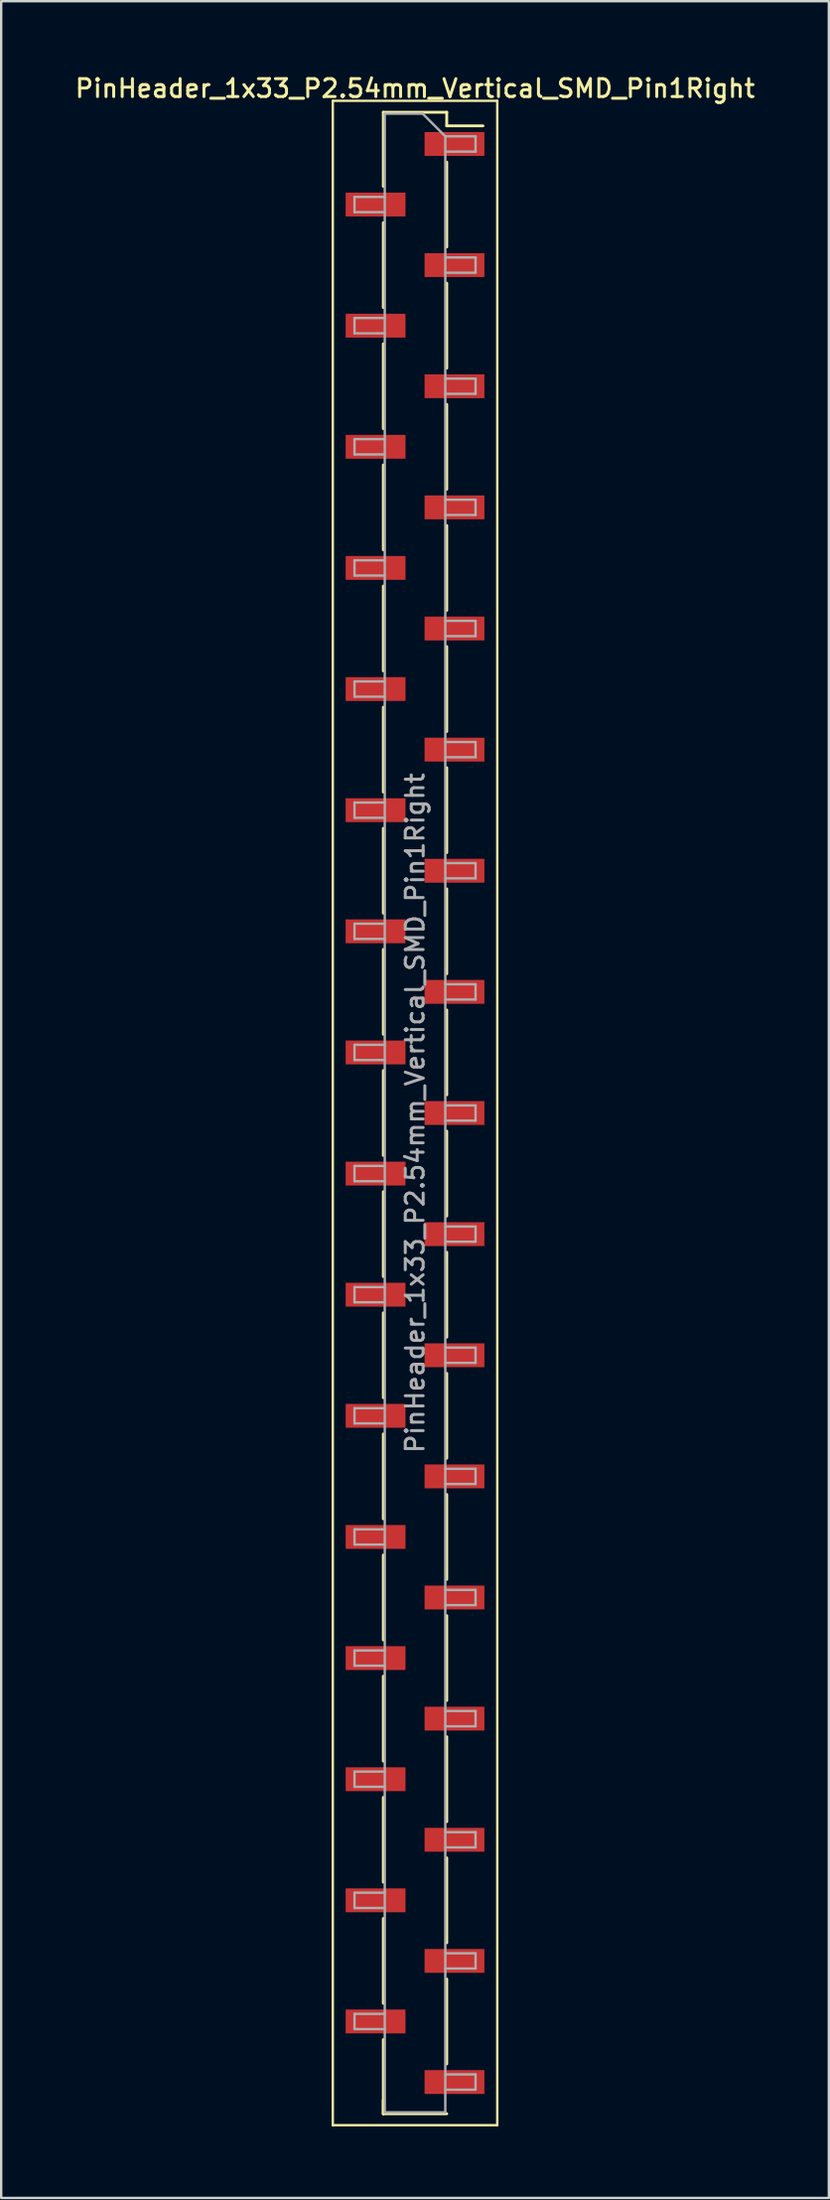
<source format=kicad_pcb>
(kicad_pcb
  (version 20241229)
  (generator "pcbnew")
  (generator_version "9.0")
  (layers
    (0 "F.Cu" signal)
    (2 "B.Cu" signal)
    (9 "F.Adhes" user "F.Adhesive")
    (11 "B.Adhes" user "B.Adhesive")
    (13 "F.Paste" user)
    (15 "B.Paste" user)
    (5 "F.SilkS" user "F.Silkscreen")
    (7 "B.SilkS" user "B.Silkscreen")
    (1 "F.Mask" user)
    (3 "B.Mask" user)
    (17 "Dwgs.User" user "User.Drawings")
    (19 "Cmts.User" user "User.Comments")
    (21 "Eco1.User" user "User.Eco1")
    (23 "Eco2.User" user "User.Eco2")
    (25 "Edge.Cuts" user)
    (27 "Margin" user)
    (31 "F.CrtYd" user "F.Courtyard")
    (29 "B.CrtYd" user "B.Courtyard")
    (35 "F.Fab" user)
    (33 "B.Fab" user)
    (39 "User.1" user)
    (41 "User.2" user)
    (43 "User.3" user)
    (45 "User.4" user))
  (footprint "PinHeader_1x33_P2.54mm_Vertical_SMD_Pin1Right"
    (layer "F.Cu")
    (at 14.363 43.628)
    (property "Reference" "PinHeader_1x33_P2.54mm_Vertical_SMD_Pin1Right" (at 0 -42.97 0) (layer "F.SilkS") (effects (font (size 0.75 0.75) (thickness 0.125))))
    (attr smd)
    (fp_line (start -3.45 -42.45) (end -3.45 42.45) (stroke (width 0.1) (type solid)) (layer "F.SilkS"))
    (fp_line (start -3.45 42.45) (end 3.45 42.45) (stroke (width 0.1) (type solid)) (layer "F.SilkS"))
    (fp_line (start -1.33 -41.97) (end -1.33 -38.86) (stroke (width 0.12) (type solid)) (layer "F.SilkS"))
    (fp_line (start -1.33 -41.97) (end 1.33 -41.97) (stroke (width 0.12) (type solid)) (layer "F.SilkS"))
    (fp_line (start -1.33 -37.34) (end -1.33 -33.78) (stroke (width 0.12) (type solid)) (layer "F.SilkS"))
    (fp_line (start -1.33 -32.26) (end -1.33 -28.7) (stroke (width 0.12) (type solid)) (layer "F.SilkS"))
    (fp_line (start -1.33 -27.18) (end -1.33 -23.62) (stroke (width 0.12) (type solid)) (layer "F.SilkS"))
    (fp_line (start -1.33 -22.1) (end -1.33 -18.54) (stroke (width 0.12) (type solid)) (layer "F.SilkS"))
    (fp_line (start -1.33 -17.02) (end -1.33 -13.46) (stroke (width 0.12) (type solid)) (layer "F.SilkS"))
    (fp_line (start -1.33 -11.94) (end -1.33 -8.38) (stroke (width 0.12) (type solid)) (layer "F.SilkS"))
    (fp_line (start -1.33 -6.86) (end -1.33 -3.3) (stroke (width 0.12) (type solid)) (layer "F.SilkS"))
    (fp_line (start -1.33 -1.78) (end -1.33 1.78) (stroke (width 0.12) (type solid)) (layer "F.SilkS"))
    (fp_line (start -1.33 3.3) (end -1.33 6.86) (stroke (width 0.12) (type solid)) (layer "F.SilkS"))
    (fp_line (start -1.33 8.38) (end -1.33 11.94) (stroke (width 0.12) (type solid)) (layer "F.SilkS"))
    (fp_line (start -1.33 13.46) (end -1.33 17.02) (stroke (width 0.12) (type solid)) (layer "F.SilkS"))
    (fp_line (start -1.33 18.54) (end -1.33 22.1) (stroke (width 0.12) (type solid)) (layer "F.SilkS"))
    (fp_line (start -1.33 23.62) (end -1.33 27.18) (stroke (width 0.12) (type solid)) (layer "F.SilkS"))
    (fp_line (start -1.33 28.7) (end -1.33 32.26) (stroke (width 0.12) (type solid)) (layer "F.SilkS"))
    (fp_line (start -1.33 33.78) (end -1.33 37.34) (stroke (width 0.12) (type solid)) (layer "F.SilkS"))
    (fp_line (start -1.33 38.86) (end -1.33 41.97) (stroke (width 0.12) (type solid)) (layer "F.SilkS"))
    (fp_line (start -1.33 41.4) (end -1.33 41.97) (stroke (width 0.12) (type solid)) (layer "F.SilkS"))
    (fp_line (start -1.33 41.97) (end 1.33 41.97) (stroke (width 0.12) (type solid)) (layer "F.SilkS"))
    (fp_line (start 1.33 -41.97) (end 1.33 -41.4) (stroke (width 0.12) (type solid)) (layer "F.SilkS"))
    (fp_line (start 1.33 -41.4) (end 2.85 -41.4) (stroke (width 0.12) (type solid)) (layer "F.SilkS"))
    (fp_line (start 1.33 -39.88) (end 1.33 -36.32) (stroke (width 0.12) (type solid)) (layer "F.SilkS"))
    (fp_line (start 1.33 -34.8) (end 1.33 -31.24) (stroke (width 0.12) (type solid)) (layer "F.SilkS"))
    (fp_line (start 1.33 -29.72) (end 1.33 -26.16) (stroke (width 0.12) (type solid)) (layer "F.SilkS"))
    (fp_line (start 1.33 -24.64) (end 1.33 -21.08) (stroke (width 0.12) (type solid)) (layer "F.SilkS"))
    (fp_line (start 1.33 -19.56) (end 1.33 -16) (stroke (width 0.12) (type solid)) (layer "F.SilkS"))
    (fp_line (start 1.33 -14.48) (end 1.33 -10.92) (stroke (width 0.12) (type solid)) (layer "F.SilkS"))
    (fp_line (start 1.33 -9.4) (end 1.33 -5.84) (stroke (width 0.12) (type solid)) (layer "F.SilkS"))
    (fp_line (start 1.33 -4.32) (end 1.33 -0.76) (stroke (width 0.12) (type solid)) (layer "F.SilkS"))
    (fp_line (start 1.33 0.76) (end 1.33 4.32) (stroke (width 0.12) (type solid)) (layer "F.SilkS"))
    (fp_line (start 1.33 5.84) (end 1.33 9.4) (stroke (width 0.12) (type solid)) (layer "F.SilkS"))
    (fp_line (start 1.33 10.92) (end 1.33 14.48) (stroke (width 0.12) (type solid)) (layer "F.SilkS"))
    (fp_line (start 1.33 16) (end 1.33 19.56) (stroke (width 0.12) (type solid)) (layer "F.SilkS"))
    (fp_line (start 1.33 21.08) (end 1.33 24.64) (stroke (width 0.12) (type solid)) (layer "F.SilkS"))
    (fp_line (start 1.33 26.16) (end 1.33 29.72) (stroke (width 0.12) (type solid)) (layer "F.SilkS"))
    (fp_line (start 1.33 31.24) (end 1.33 34.8) (stroke (width 0.12) (type solid)) (layer "F.SilkS"))
    (fp_line (start 1.33 36.32) (end 1.33 39.88) (stroke (width 0.12) (type solid)) (layer "F.SilkS"))
    (fp_line (start 3.45 -42.45) (end -3.45 -42.45) (stroke (width 0.1) (type solid)) (layer "F.SilkS"))
    (fp_line (start 3.45 42.45) (end 3.45 -42.45) (stroke (width 0.1) (type solid)) (layer "F.SilkS"))
    (fp_line (start -2.54 -38.42) (end -2.54 -37.78) (stroke (width 0.1) (type solid)) (layer "F.Fab"))
    (fp_line (start -2.54 -37.78) (end -1.27 -37.78) (stroke (width 0.1) (type solid)) (layer "F.Fab"))
    (fp_line (start -2.54 -33.34) (end -2.54 -32.7) (stroke (width 0.1) (type solid)) (layer "F.Fab"))
    (fp_line (start -2.54 -32.7) (end -1.27 -32.7) (stroke (width 0.1) (type solid)) (layer "F.Fab"))
    (fp_line (start -2.54 -28.26) (end -2.54 -27.62) (stroke (width 0.1) (type solid)) (layer "F.Fab"))
    (fp_line (start -2.54 -27.62) (end -1.27 -27.62) (stroke (width 0.1) (type solid)) (layer "F.Fab"))
    (fp_line (start -2.54 -23.18) (end -2.54 -22.54) (stroke (width 0.1) (type solid)) (layer "F.Fab"))
    (fp_line (start -2.54 -22.54) (end -1.27 -22.54) (stroke (width 0.1) (type solid)) (layer "F.Fab"))
    (fp_line (start -2.54 -18.1) (end -2.54 -17.46) (stroke (width 0.1) (type solid)) (layer "F.Fab"))
    (fp_line (start -2.54 -17.46) (end -1.27 -17.46) (stroke (width 0.1) (type solid)) (layer "F.Fab"))
    (fp_line (start -2.54 -13.02) (end -2.54 -12.38) (stroke (width 0.1) (type solid)) (layer "F.Fab"))
    (fp_line (start -2.54 -12.38) (end -1.27 -12.38) (stroke (width 0.1) (type solid)) (layer "F.Fab"))
    (fp_line (start -2.54 -7.94) (end -2.54 -7.3) (stroke (width 0.1) (type solid)) (layer "F.Fab"))
    (fp_line (start -2.54 -7.3) (end -1.27 -7.3) (stroke (width 0.1) (type solid)) (layer "F.Fab"))
    (fp_line (start -2.54 -2.86) (end -2.54 -2.22) (stroke (width 0.1) (type solid)) (layer "F.Fab"))
    (fp_line (start -2.54 -2.22) (end -1.27 -2.22) (stroke (width 0.1) (type solid)) (layer "F.Fab"))
    (fp_line (start -2.54 2.22) (end -2.54 2.86) (stroke (width 0.1) (type solid)) (layer "F.Fab"))
    (fp_line (start -2.54 2.86) (end -1.27 2.86) (stroke (width 0.1) (type solid)) (layer "F.Fab"))
    (fp_line (start -2.54 7.3) (end -2.54 7.94) (stroke (width 0.1) (type solid)) (layer "F.Fab"))
    (fp_line (start -2.54 7.94) (end -1.27 7.94) (stroke (width 0.1) (type solid)) (layer "F.Fab"))
    (fp_line (start -2.54 12.38) (end -2.54 13.02) (stroke (width 0.1) (type solid)) (layer "F.Fab"))
    (fp_line (start -2.54 13.02) (end -1.27 13.02) (stroke (width 0.1) (type solid)) (layer "F.Fab"))
    (fp_line (start -2.54 17.46) (end -2.54 18.1) (stroke (width 0.1) (type solid)) (layer "F.Fab"))
    (fp_line (start -2.54 18.1) (end -1.27 18.1) (stroke (width 0.1) (type solid)) (layer "F.Fab"))
    (fp_line (start -2.54 22.54) (end -2.54 23.18) (stroke (width 0.1) (type solid)) (layer "F.Fab"))
    (fp_line (start -2.54 23.18) (end -1.27 23.18) (stroke (width 0.1) (type solid)) (layer "F.Fab"))
    (fp_line (start -2.54 27.62) (end -2.54 28.26) (stroke (width 0.1) (type solid)) (layer "F.Fab"))
    (fp_line (start -2.54 28.26) (end -1.27 28.26) (stroke (width 0.1) (type solid)) (layer "F.Fab"))
    (fp_line (start -2.54 32.7) (end -2.54 33.34) (stroke (width 0.1) (type solid)) (layer "F.Fab"))
    (fp_line (start -2.54 33.34) (end -1.27 33.34) (stroke (width 0.1) (type solid)) (layer "F.Fab"))
    (fp_line (start -2.54 37.78) (end -2.54 38.42) (stroke (width 0.1) (type solid)) (layer "F.Fab"))
    (fp_line (start -2.54 38.42) (end -1.27 38.42) (stroke (width 0.1) (type solid)) (layer "F.Fab"))
    (fp_line (start -1.27 -41.91) (end -1.27 41.91) (stroke (width 0.1) (type solid)) (layer "F.Fab"))
    (fp_line (start -1.27 -41.91) (end 0.32 -41.91) (stroke (width 0.1) (type solid)) (layer "F.Fab"))
    (fp_line (start -1.27 -38.42) (end -2.54 -38.42) (stroke (width 0.1) (type solid)) (layer "F.Fab"))
    (fp_line (start -1.27 -33.34) (end -2.54 -33.34) (stroke (width 0.1) (type solid)) (layer "F.Fab"))
    (fp_line (start -1.27 -28.26) (end -2.54 -28.26) (stroke (width 0.1) (type solid)) (layer "F.Fab"))
    (fp_line (start -1.27 -23.18) (end -2.54 -23.18) (stroke (width 0.1) (type solid)) (layer "F.Fab"))
    (fp_line (start -1.27 -18.1) (end -2.54 -18.1) (stroke (width 0.1) (type solid)) (layer "F.Fab"))
    (fp_line (start -1.27 -13.02) (end -2.54 -13.02) (stroke (width 0.1) (type solid)) (layer "F.Fab"))
    (fp_line (start -1.27 -7.94) (end -2.54 -7.94) (stroke (width 0.1) (type solid)) (layer "F.Fab"))
    (fp_line (start -1.27 -2.86) (end -2.54 -2.86) (stroke (width 0.1) (type solid)) (layer "F.Fab"))
    (fp_line (start -1.27 2.22) (end -2.54 2.22) (stroke (width 0.1) (type solid)) (layer "F.Fab"))
    (fp_line (start -1.27 7.3) (end -2.54 7.3) (stroke (width 0.1) (type solid)) (layer "F.Fab"))
    (fp_line (start -1.27 12.38) (end -2.54 12.38) (stroke (width 0.1) (type solid)) (layer "F.Fab"))
    (fp_line (start -1.27 17.46) (end -2.54 17.46) (stroke (width 0.1) (type solid)) (layer "F.Fab"))
    (fp_line (start -1.27 22.54) (end -2.54 22.54) (stroke (width 0.1) (type solid)) (layer "F.Fab"))
    (fp_line (start -1.27 27.62) (end -2.54 27.62) (stroke (width 0.1) (type solid)) (layer "F.Fab"))
    (fp_line (start -1.27 32.7) (end -2.54 32.7) (stroke (width 0.1) (type solid)) (layer "F.Fab"))
    (fp_line (start -1.27 37.78) (end -2.54 37.78) (stroke (width 0.1) (type solid)) (layer "F.Fab"))
    (fp_line (start 1.27 -40.96) (end 0.32 -41.91) (stroke (width 0.1) (type solid)) (layer "F.Fab"))
    (fp_line (start 1.27 -40.96) (end 2.54 -40.96) (stroke (width 0.1) (type solid)) (layer "F.Fab"))
    (fp_line (start 1.27 -35.88) (end 2.54 -35.88) (stroke (width 0.1) (type solid)) (layer "F.Fab"))
    (fp_line (start 1.27 -30.8) (end 2.54 -30.8) (stroke (width 0.1) (type solid)) (layer "F.Fab"))
    (fp_line (start 1.27 -25.72) (end 2.54 -25.72) (stroke (width 0.1) (type solid)) (layer "F.Fab"))
    (fp_line (start 1.27 -20.64) (end 2.54 -20.64) (stroke (width 0.1) (type solid)) (layer "F.Fab"))
    (fp_line (start 1.27 -15.56) (end 2.54 -15.56) (stroke (width 0.1) (type solid)) (layer "F.Fab"))
    (fp_line (start 1.27 -10.48) (end 2.54 -10.48) (stroke (width 0.1) (type solid)) (layer "F.Fab"))
    (fp_line (start 1.27 -5.4) (end 2.54 -5.4) (stroke (width 0.1) (type solid)) (layer "F.Fab"))
    (fp_line (start 1.27 -0.32) (end 2.54 -0.32) (stroke (width 0.1) (type solid)) (layer "F.Fab"))
    (fp_line (start 1.27 4.76) (end 2.54 4.76) (stroke (width 0.1) (type solid)) (layer "F.Fab"))
    (fp_line (start 1.27 9.84) (end 2.54 9.84) (stroke (width 0.1) (type solid)) (layer "F.Fab"))
    (fp_line (start 1.27 14.92) (end 2.54 14.92) (stroke (width 0.1) (type solid)) (layer "F.Fab"))
    (fp_line (start 1.27 20) (end 2.54 20) (stroke (width 0.1) (type solid)) (layer "F.Fab"))
    (fp_line (start 1.27 25.08) (end 2.54 25.08) (stroke (width 0.1) (type solid)) (layer "F.Fab"))
    (fp_line (start 1.27 30.16) (end 2.54 30.16) (stroke (width 0.1) (type solid)) (layer "F.Fab"))
    (fp_line (start 1.27 35.24) (end 2.54 35.24) (stroke (width 0.1) (type solid)) (layer "F.Fab"))
    (fp_line (start 1.27 40.32) (end 2.54 40.32) (stroke (width 0.1) (type solid)) (layer "F.Fab"))
    (fp_line (start 1.27 41.91) (end -1.27 41.91) (stroke (width 0.1) (type solid)) (layer "F.Fab"))
    (fp_line (start 1.27 41.91) (end 1.27 -40.96) (stroke (width 0.1) (type solid)) (layer "F.Fab"))
    (fp_line (start 2.54 -40.96) (end 2.54 -40.32) (stroke (width 0.1) (type solid)) (layer "F.Fab"))
    (fp_line (start 2.54 -40.32) (end 1.27 -40.32) (stroke (width 0.1) (type solid)) (layer "F.Fab"))
    (fp_line (start 2.54 -35.88) (end 2.54 -35.24) (stroke (width 0.1) (type solid)) (layer "F.Fab"))
    (fp_line (start 2.54 -35.24) (end 1.27 -35.24) (stroke (width 0.1) (type solid)) (layer "F.Fab"))
    (fp_line (start 2.54 -30.8) (end 2.54 -30.16) (stroke (width 0.1) (type solid)) (layer "F.Fab"))
    (fp_line (start 2.54 -30.16) (end 1.27 -30.16) (stroke (width 0.1) (type solid)) (layer "F.Fab"))
    (fp_line (start 2.54 -25.72) (end 2.54 -25.08) (stroke (width 0.1) (type solid)) (layer "F.Fab"))
    (fp_line (start 2.54 -25.08) (end 1.27 -25.08) (stroke (width 0.1) (type solid)) (layer "F.Fab"))
    (fp_line (start 2.54 -20.64) (end 2.54 -20) (stroke (width 0.1) (type solid)) (layer "F.Fab"))
    (fp_line (start 2.54 -20) (end 1.27 -20) (stroke (width 0.1) (type solid)) (layer "F.Fab"))
    (fp_line (start 2.54 -15.56) (end 2.54 -14.92) (stroke (width 0.1) (type solid)) (layer "F.Fab"))
    (fp_line (start 2.54 -14.92) (end 1.27 -14.92) (stroke (width 0.1) (type solid)) (layer "F.Fab"))
    (fp_line (start 2.54 -10.48) (end 2.54 -9.84) (stroke (width 0.1) (type solid)) (layer "F.Fab"))
    (fp_line (start 2.54 -9.84) (end 1.27 -9.84) (stroke (width 0.1) (type solid)) (layer "F.Fab"))
    (fp_line (start 2.54 -5.4) (end 2.54 -4.76) (stroke (width 0.1) (type solid)) (layer "F.Fab"))
    (fp_line (start 2.54 -4.76) (end 1.27 -4.76) (stroke (width 0.1) (type solid)) (layer "F.Fab"))
    (fp_line (start 2.54 -0.32) (end 2.54 0.32) (stroke (width 0.1) (type solid)) (layer "F.Fab"))
    (fp_line (start 2.54 0.32) (end 1.27 0.32) (stroke (width 0.1) (type solid)) (layer "F.Fab"))
    (fp_line (start 2.54 4.76) (end 2.54 5.4) (stroke (width 0.1) (type solid)) (layer "F.Fab"))
    (fp_line (start 2.54 5.4) (end 1.27 5.4) (stroke (width 0.1) (type solid)) (layer "F.Fab"))
    (fp_line (start 2.54 9.84) (end 2.54 10.48) (stroke (width 0.1) (type solid)) (layer "F.Fab"))
    (fp_line (start 2.54 10.48) (end 1.27 10.48) (stroke (width 0.1) (type solid)) (layer "F.Fab"))
    (fp_line (start 2.54 14.92) (end 2.54 15.56) (stroke (width 0.1) (type solid)) (layer "F.Fab"))
    (fp_line (start 2.54 15.56) (end 1.27 15.56) (stroke (width 0.1) (type solid)) (layer "F.Fab"))
    (fp_line (start 2.54 20) (end 2.54 20.64) (stroke (width 0.1) (type solid)) (layer "F.Fab"))
    (fp_line (start 2.54 20.64) (end 1.27 20.64) (stroke (width 0.1) (type solid)) (layer "F.Fab"))
    (fp_line (start 2.54 25.08) (end 2.54 25.72) (stroke (width 0.1) (type solid)) (layer "F.Fab"))
    (fp_line (start 2.54 25.72) (end 1.27 25.72) (stroke (width 0.1) (type solid)) (layer "F.Fab"))
    (fp_line (start 2.54 30.16) (end 2.54 30.8) (stroke (width 0.1) (type solid)) (layer "F.Fab"))
    (fp_line (start 2.54 30.8) (end 1.27 30.8) (stroke (width 0.1) (type solid)) (layer "F.Fab"))
    (fp_line (start 2.54 35.24) (end 2.54 35.88) (stroke (width 0.1) (type solid)) (layer "F.Fab"))
    (fp_line (start 2.54 35.88) (end 1.27 35.88) (stroke (width 0.1) (type solid)) (layer "F.Fab"))
    (fp_line (start 2.54 40.32) (end 2.54 40.96) (stroke (width 0.1) (type solid)) (layer "F.Fab"))
    (fp_line (start 2.54 40.96) (end 1.27 40.96) (stroke (width 0.1) (type solid)) (layer "F.Fab"))
    (fp_text user "${REFERENCE}" (at 0 0 90) (layer "F.Fab") (effects (font (size 0.75 0.75) (thickness 0.125))))
    (pad "1" smd rect (at 1.655 -40.64) (size 2.51 1) (layers "F.Cu" "F.Mask" "F.Paste"))
    (pad "2" smd rect (at -1.655 -38.1) (size 2.51 1) (layers "F.Cu" "F.Mask" "F.Paste"))
    (pad "3" smd rect (at 1.655 -35.56) (size 2.51 1) (layers "F.Cu" "F.Mask" "F.Paste"))
    (pad "4" smd rect (at -1.655 -33.02) (size 2.51 1) (layers "F.Cu" "F.Mask" "F.Paste"))
    (pad "5" smd rect (at 1.655 -30.48) (size 2.51 1) (layers "F.Cu" "F.Mask" "F.Paste"))
    (pad "6" smd rect (at -1.655 -27.94) (size 2.51 1) (layers "F.Cu" "F.Mask" "F.Paste"))
    (pad "7" smd rect (at 1.655 -25.4) (size 2.51 1) (layers "F.Cu" "F.Mask" "F.Paste"))
    (pad "8" smd rect (at -1.655 -22.86) (size 2.51 1) (layers "F.Cu" "F.Mask" "F.Paste"))
    (pad "9" smd rect (at 1.655 -20.32) (size 2.51 1) (layers "F.Cu" "F.Mask" "F.Paste"))
    (pad "10" smd rect (at -1.655 -17.78) (size 2.51 1) (layers "F.Cu" "F.Mask" "F.Paste"))
    (pad "11" smd rect (at 1.655 -15.24) (size 2.51 1) (layers "F.Cu" "F.Mask" "F.Paste"))
    (pad "12" smd rect (at -1.655 -12.7) (size 2.51 1) (layers "F.Cu" "F.Mask" "F.Paste"))
    (pad "13" smd rect (at 1.655 -10.16) (size 2.51 1) (layers "F.Cu" "F.Mask" "F.Paste"))
    (pad "14" smd rect (at -1.655 -7.62) (size 2.51 1) (layers "F.Cu" "F.Mask" "F.Paste"))
    (pad "15" smd rect (at 1.655 -5.08) (size 2.51 1) (layers "F.Cu" "F.Mask" "F.Paste"))
    (pad "16" smd rect (at -1.655 -2.54) (size 2.51 1) (layers "F.Cu" "F.Mask" "F.Paste"))
    (pad "17" smd rect (at 1.655 0) (size 2.51 1) (layers "F.Cu" "F.Mask" "F.Paste"))
    (pad "18" smd rect (at -1.655 2.54) (size 2.51 1) (layers "F.Cu" "F.Mask" "F.Paste"))
    (pad "19" smd rect (at 1.655 5.08) (size 2.51 1) (layers "F.Cu" "F.Mask" "F.Paste"))
    (pad "20" smd rect (at -1.655 7.62) (size 2.51 1) (layers "F.Cu" "F.Mask" "F.Paste"))
    (pad "21" smd rect (at 1.655 10.16) (size 2.51 1) (layers "F.Cu" "F.Mask" "F.Paste"))
    (pad "22" smd rect (at -1.655 12.7) (size 2.51 1) (layers "F.Cu" "F.Mask" "F.Paste"))
    (pad "23" smd rect (at 1.655 15.24) (size 2.51 1) (layers "F.Cu" "F.Mask" "F.Paste"))
    (pad "24" smd rect (at -1.655 17.78) (size 2.51 1) (layers "F.Cu" "F.Mask" "F.Paste"))
    (pad "25" smd rect (at 1.655 20.32) (size 2.51 1) (layers "F.Cu" "F.Mask" "F.Paste"))
    (pad "26" smd rect (at -1.655 22.86) (size 2.51 1) (layers "F.Cu" "F.Mask" "F.Paste"))
    (pad "27" smd rect (at 1.655 25.4) (size 2.51 1) (layers "F.Cu" "F.Mask" "F.Paste"))
    (pad "28" smd rect (at -1.655 27.94) (size 2.51 1) (layers "F.Cu" "F.Mask" "F.Paste"))
    (pad "29" smd rect (at 1.655 30.48) (size 2.51 1) (layers "F.Cu" "F.Mask" "F.Paste"))
    (pad "30" smd rect (at -1.655 33.02) (size 2.51 1) (layers "F.Cu" "F.Mask" "F.Paste"))
    (pad "31" smd rect (at 1.655 35.56) (size 2.51 1) (layers "F.Cu" "F.Mask" "F.Paste"))
    (pad "32" smd rect (at -1.655 38.1) (size 2.51 1) (layers "F.Cu" "F.Mask" "F.Paste"))
    (pad "33" smd rect (at 1.655 40.64) (size 2.51 1) (layers "F.Cu" "F.Mask" "F.Paste")))
  (gr_rect
    (start -3 -3)
    (end 31.725 89.128)
    (stroke (width 0.1) (type default))
    (fill no)
    (layer "Edge.Cuts")))
</source>
